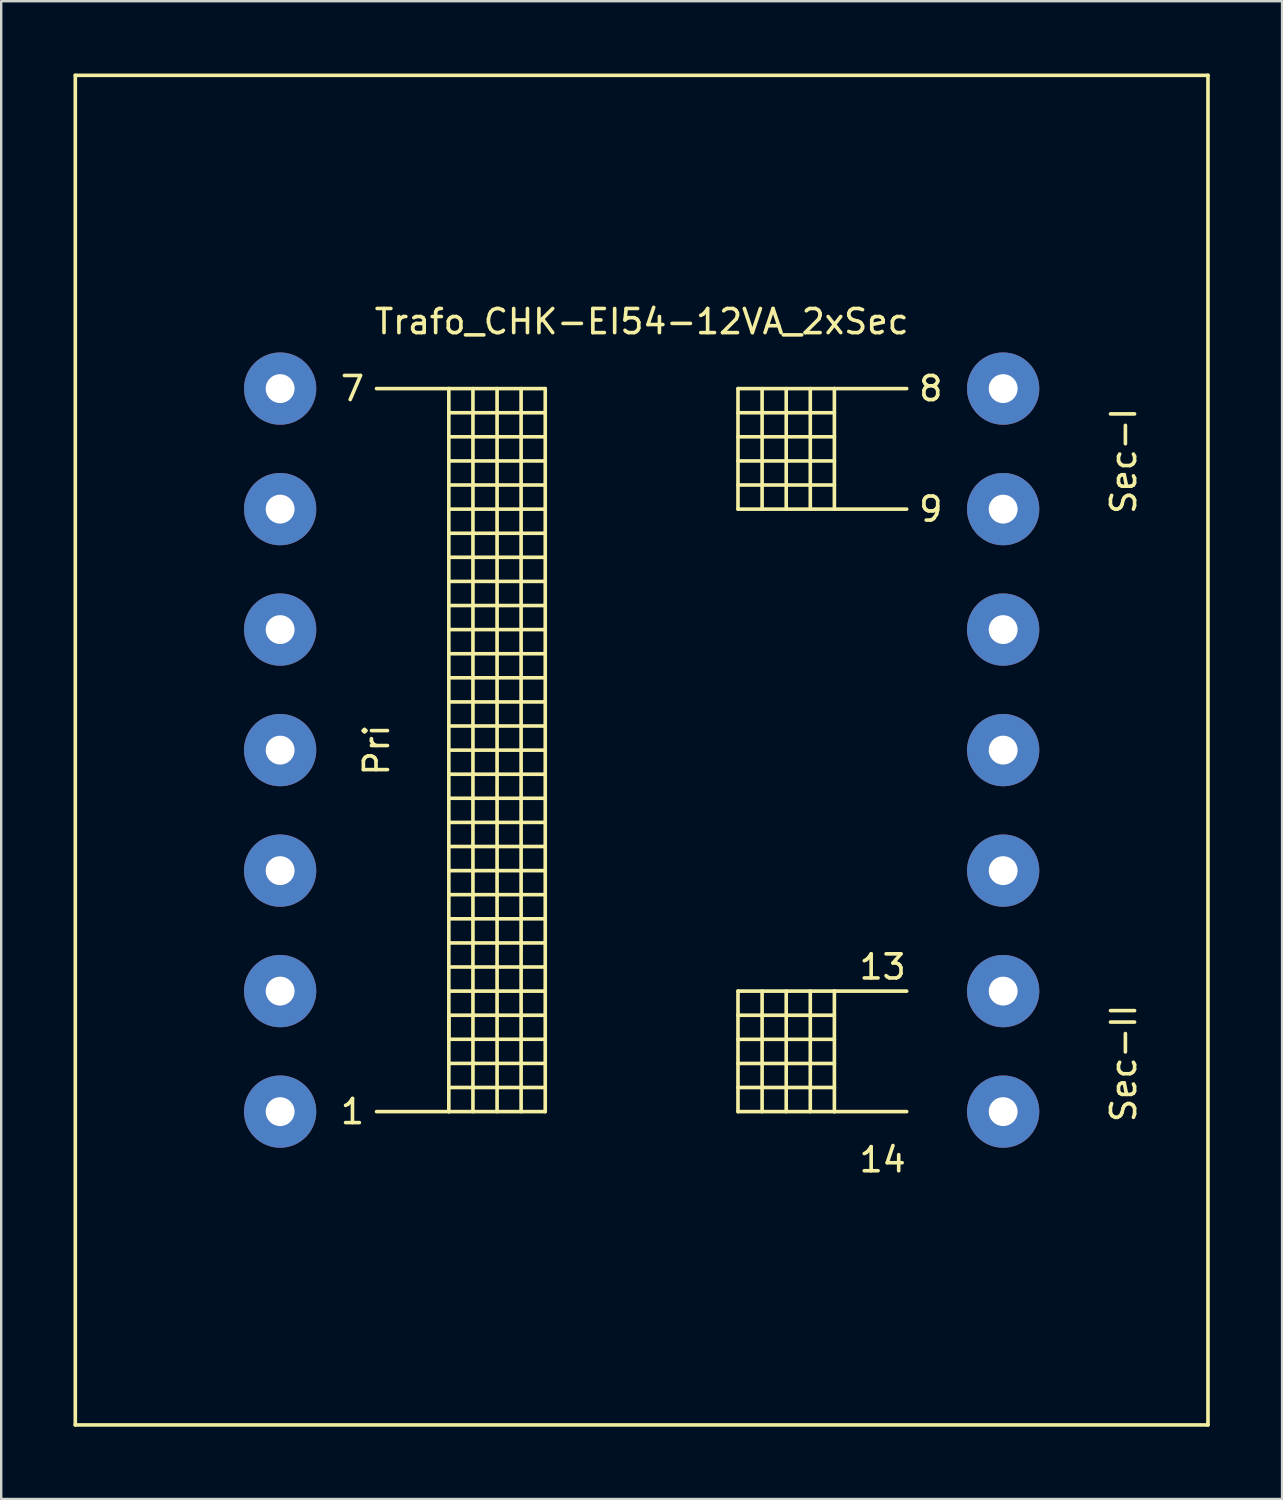
<source format=kicad_pcb>
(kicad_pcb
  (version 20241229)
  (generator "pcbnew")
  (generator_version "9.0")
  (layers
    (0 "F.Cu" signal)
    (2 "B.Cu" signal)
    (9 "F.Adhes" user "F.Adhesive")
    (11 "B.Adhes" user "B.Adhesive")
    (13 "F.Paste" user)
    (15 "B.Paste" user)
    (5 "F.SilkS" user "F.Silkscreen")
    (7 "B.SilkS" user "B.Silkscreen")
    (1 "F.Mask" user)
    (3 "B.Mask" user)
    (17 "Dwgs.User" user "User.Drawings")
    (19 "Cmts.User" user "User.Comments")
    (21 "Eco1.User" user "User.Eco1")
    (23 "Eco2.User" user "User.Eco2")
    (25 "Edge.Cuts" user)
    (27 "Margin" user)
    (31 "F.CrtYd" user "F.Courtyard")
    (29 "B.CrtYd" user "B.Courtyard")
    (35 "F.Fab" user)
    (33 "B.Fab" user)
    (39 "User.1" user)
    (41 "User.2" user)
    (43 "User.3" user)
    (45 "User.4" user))
  (footprint "Trafo_CHK-EI54-12VA_2xSec"
    (layer "F.Cu")
    (at 23.575 28.076)
    (property "Reference" "Trafo_CHK-EI54-12VA_2xSec" (at 0 -17.78 0) (layer "F.SilkS") (effects (font (size 1 1) (thickness 0.15))))
    (attr through_hole)
    (fp_line (start -23.5 -28.001) (end -23.5 28.001) (stroke (width 0.15) (type solid)) (layer "F.SilkS"))
    (fp_line (start -23.5 28.001) (end 23.5 28.001) (stroke (width 0.15) (type solid)) (layer "F.SilkS"))
    (fp_line (start -11.001 -15.001) (end -8.001 -15.001) (stroke (width 0.15) (type solid)) (layer "F.SilkS"))
    (fp_line (start -8.001 -15.001) (end -8.001 15.001) (stroke (width 0.15) (type solid)) (layer "F.SilkS"))
    (fp_line (start -8.001 -15.001) (end -4 -15.001) (stroke (width 0.15) (type solid)) (layer "F.SilkS"))
    (fp_line (start -8.001 -14) (end -4 -14) (stroke (width 0.15) (type solid)) (layer "F.SilkS"))
    (fp_line (start -8.001 -11.999) (end -4 -11.999) (stroke (width 0.15) (type solid)) (layer "F.SilkS"))
    (fp_line (start -8.001 -10) (end -4 -10) (stroke (width 0.15) (type solid)) (layer "F.SilkS"))
    (fp_line (start -8.001 -8.001) (end -4 -8.001) (stroke (width 0.15) (type solid)) (layer "F.SilkS"))
    (fp_line (start -8.001 -5.999) (end -4 -5.999) (stroke (width 0.15) (type solid)) (layer "F.SilkS"))
    (fp_line (start -8.001 -4) (end -4 -4) (stroke (width 0.15) (type solid)) (layer "F.SilkS"))
    (fp_line (start -8.001 -1.999) (end -4 -1.999) (stroke (width 0.15) (type solid)) (layer "F.SilkS"))
    (fp_line (start -8.001 0) (end -4 0) (stroke (width 0.15) (type solid)) (layer "F.SilkS"))
    (fp_line (start -8.001 1.999) (end -4 1.999) (stroke (width 0.15) (type solid)) (layer "F.SilkS"))
    (fp_line (start -8.001 4) (end -4 4) (stroke (width 0.15) (type solid)) (layer "F.SilkS"))
    (fp_line (start -8.001 5.999) (end -4 5.999) (stroke (width 0.15) (type solid)) (layer "F.SilkS"))
    (fp_line (start -8.001 8.001) (end -4 8.001) (stroke (width 0.15) (type solid)) (layer "F.SilkS"))
    (fp_line (start -8.001 10) (end -4 10) (stroke (width 0.15) (type solid)) (layer "F.SilkS"))
    (fp_line (start -8.001 11.001) (end -8.001 11.999) (stroke (width 0.15) (type solid)) (layer "F.SilkS"))
    (fp_line (start -8.001 11.999) (end -4 11.999) (stroke (width 0.15) (type solid)) (layer "F.SilkS"))
    (fp_line (start -8.001 14) (end -4 14) (stroke (width 0.15) (type solid)) (layer "F.SilkS"))
    (fp_line (start -8.001 15.001) (end -11.001 15.001) (stroke (width 0.15) (type solid)) (layer "F.SilkS"))
    (fp_line (start -7 -15.001) (end -7 15.001) (stroke (width 0.15) (type solid)) (layer "F.SilkS"))
    (fp_line (start -5.999 -15.001) (end -5.999 15.001) (stroke (width 0.15) (type solid)) (layer "F.SilkS"))
    (fp_line (start -5.001 3) (end -8.001 3) (stroke (width 0.15) (type solid)) (layer "F.SilkS"))
    (fp_line (start -5.001 3) (end -4 3) (stroke (width 0.15) (type solid)) (layer "F.SilkS"))
    (fp_line (start -5.001 15.001) (end -5.001 -15.001) (stroke (width 0.15) (type solid)) (layer "F.SilkS"))
    (fp_line (start -4 -15.001) (end -4 15.001) (stroke (width 0.15) (type solid)) (layer "F.SilkS"))
    (fp_line (start -4 -13) (end -8.001 -13) (stroke (width 0.15) (type solid)) (layer "F.SilkS"))
    (fp_line (start -4 -11.001) (end -8.001 -11.001) (stroke (width 0.15) (type solid)) (layer "F.SilkS"))
    (fp_line (start -4 -8.999) (end -8.001 -8.999) (stroke (width 0.15) (type solid)) (layer "F.SilkS"))
    (fp_line (start -4 -7) (end -8.001 -7) (stroke (width 0.15) (type solid)) (layer "F.SilkS"))
    (fp_line (start -4 -5.001) (end -8.001 -5.001) (stroke (width 0.15) (type solid)) (layer "F.SilkS"))
    (fp_line (start -4 -3) (end -8.001 -3) (stroke (width 0.15) (type solid)) (layer "F.SilkS"))
    (fp_line (start -4 -1.001) (end -8.001 -1.001) (stroke (width 0.15) (type solid)) (layer "F.SilkS"))
    (fp_line (start -4 1.001) (end -8.001 1.001) (stroke (width 0.15) (type solid)) (layer "F.SilkS"))
    (fp_line (start -4 5.001) (end -8.001 5.001) (stroke (width 0.15) (type solid)) (layer "F.SilkS"))
    (fp_line (start -4 7) (end -8.001 7) (stroke (width 0.15) (type solid)) (layer "F.SilkS"))
    (fp_line (start -4 8.999) (end -8.001 8.999) (stroke (width 0.15) (type solid)) (layer "F.SilkS"))
    (fp_line (start -4 11.001) (end -8.001 11.001) (stroke (width 0.15) (type solid)) (layer "F.SilkS"))
    (fp_line (start -4 13) (end -8.001 13) (stroke (width 0.15) (type solid)) (layer "F.SilkS"))
    (fp_line (start -4 15.001) (end -8.001 15.001) (stroke (width 0.15) (type solid)) (layer "F.SilkS"))
    (fp_line (start 3.998 -15.001) (end 3.998 -10) (stroke (width 0.15) (type solid)) (layer "F.SilkS"))
    (fp_line (start 3.998 -14) (end 7.998 -14) (stroke (width 0.15) (type solid)) (layer "F.SilkS"))
    (fp_line (start 3.998 -11.999) (end 7.998 -11.999) (stroke (width 0.15) (type solid)) (layer "F.SilkS"))
    (fp_line (start 3.998 -10) (end 7.998 -10) (stroke (width 0.15) (type solid)) (layer "F.SilkS"))
    (fp_line (start 3.998 10) (end 3.998 15.001) (stroke (width 0.15) (type solid)) (layer "F.SilkS"))
    (fp_line (start 3.998 11.001) (end 7.998 11.001) (stroke (width 0.15) (type solid)) (layer "F.SilkS"))
    (fp_line (start 3.998 13.002) (end 7.998 13.002) (stroke (width 0.15) (type solid)) (layer "F.SilkS"))
    (fp_line (start 3.998 15.001) (end 7.998 15.001) (stroke (width 0.15) (type solid)) (layer "F.SilkS"))
    (fp_line (start 4.999 -15.001) (end 4.999 -10) (stroke (width 0.15) (type solid)) (layer "F.SilkS"))
    (fp_line (start 4.999 10) (end 4.999 15.001) (stroke (width 0.15) (type solid)) (layer "F.SilkS"))
    (fp_line (start 5.999 -15.001) (end 5.999 -10) (stroke (width 0.15) (type solid)) (layer "F.SilkS"))
    (fp_line (start 5.999 10) (end 5.999 15.001) (stroke (width 0.15) (type solid)) (layer "F.SilkS"))
    (fp_line (start 6.998 -15.001) (end 6.998 -10) (stroke (width 0.15) (type solid)) (layer "F.SilkS"))
    (fp_line (start 6.998 10) (end 6.998 15.001) (stroke (width 0.15) (type solid)) (layer "F.SilkS"))
    (fp_line (start 7.998 -15.001) (end 3.998 -15.001) (stroke (width 0.15) (type solid)) (layer "F.SilkS"))
    (fp_line (start 7.998 -15.001) (end 7.998 -10) (stroke (width 0.15) (type solid)) (layer "F.SilkS"))
    (fp_line (start 7.998 -13) (end 3.998 -13) (stroke (width 0.15) (type solid)) (layer "F.SilkS"))
    (fp_line (start 7.998 -11.001) (end 3.998 -11.001) (stroke (width 0.15) (type solid)) (layer "F.SilkS"))
    (fp_line (start 7.998 -10) (end 10.998 -10) (stroke (width 0.15) (type solid)) (layer "F.SilkS"))
    (fp_line (start 7.998 10) (end 3.998 10) (stroke (width 0.15) (type solid)) (layer "F.SilkS"))
    (fp_line (start 7.998 10) (end 7.998 15.001) (stroke (width 0.15) (type solid)) (layer "F.SilkS"))
    (fp_line (start 7.998 12.002) (end 3.998 12.002) (stroke (width 0.15) (type solid)) (layer "F.SilkS"))
    (fp_line (start 7.998 14) (end 3.998 14) (stroke (width 0.15) (type solid)) (layer "F.SilkS"))
    (fp_line (start 7.998 15.001) (end 10.998 15.001) (stroke (width 0.15) (type solid)) (layer "F.SilkS"))
    (fp_line (start 10.998 -15.001) (end 7.998 -15.001) (stroke (width 0.15) (type solid)) (layer "F.SilkS"))
    (fp_line (start 10.998 10) (end 7.998 10) (stroke (width 0.15) (type solid)) (layer "F.SilkS"))
    (fp_line (start 23.5 -28.001) (end -23.5 -28.001) (stroke (width 0.15) (type solid)) (layer "F.SilkS"))
    (fp_line (start 23.5 28.001) (end 23.5 -28.001) (stroke (width 0.15) (type solid)) (layer "F.SilkS"))
    (fp_text user "9" (at 11.999 -10 0) (layer "F.SilkS") (effects (font (size 1 1) (thickness 0.15))))
    (fp_text user "1" (at -11.999 15.001 0) (layer "F.SilkS") (effects (font (size 1 1) (thickness 0.15))))
    (fp_text user "Pri" (at -11.001 0 90) (layer "F.SilkS") (effects (font (size 1 1) (thickness 0.15))))
    (fp_text user "Sec-I" (at 20 -11.999 90) (layer "F.SilkS") (effects (font (size 1 1) (thickness 0.15))))
    (fp_text user "7" (at -11.999 -15.001 0) (layer "F.SilkS") (effects (font (size 1 1) (thickness 0.15))))
    (fp_text user "13" (at 10 8.999 0) (layer "F.SilkS") (effects (font (size 1 1) (thickness 0.15))))
    (fp_text user "14" (at 10 17 0) (layer "F.SilkS") (effects (font (size 1 1) (thickness 0.15))))
    (fp_text user "Sec-II" (at 20 13 90) (layer "F.SilkS") (effects (font (size 1 1) (thickness 0.15))))
    (fp_text user "8" (at 11.999 -15.001 0) (layer "F.SilkS") (effects (font (size 1 1) (thickness 0.15))))
    (pad "1" thru_hole circle (at -15.001 15.001) (size 3 3) (drill 1.199) (layers "*.Cu" "*.Mask"))
    (pad "2" thru_hole circle (at -15.001 10) (size 3 3) (drill 1.199) (layers "*.Cu" "*.Mask"))
    (pad "3" thru_hole circle (at -15.001 5.001) (size 3 3) (drill 1.199) (layers "*.Cu" "*.Mask"))
    (pad "4" thru_hole circle (at -15.001 0) (size 3 3) (drill 1.199) (layers "*.Cu" "*.Mask"))
    (pad "5" thru_hole circle (at -15.001 -5.001) (size 3 3) (drill 1.199) (layers "*.Cu" "*.Mask"))
    (pad "6" thru_hole circle (at -15.001 -10) (size 3 3) (drill 1.199) (layers "*.Cu" "*.Mask"))
    (pad "7" thru_hole circle (at -15.001 -15.001) (size 3 3) (drill 1.199) (layers "*.Cu" "*.Mask"))
    (pad "8" thru_hole circle (at 15.001 -15.001) (size 3 3) (drill 1.199) (layers "*.Cu" "*.Mask"))
    (pad "9" thru_hole circle (at 15.001 -10) (size 3 3) (drill 1.199) (layers "*.Cu" "*.Mask"))
    (pad "10" thru_hole circle (at 15.001 -5.001) (size 3 3) (drill 1.199) (layers "*.Cu" "*.Mask"))
    (pad "11" thru_hole circle (at 15.001 0) (size 3 3) (drill 1.199) (layers "*.Cu" "*.Mask"))
    (pad "12" thru_hole circle (at 15.001 5.001) (size 3 3) (drill 1.199) (layers "*.Cu" "*.Mask"))
    (pad "13" thru_hole circle (at 15.001 10) (size 3 3) (drill 1.199) (layers "*.Cu" "*.Mask"))
    (pad "14" thru_hole circle (at 15.001 15.001) (size 3 3) (drill 1.199) (layers "*.Cu" "*.Mask")))
  (gr_rect
    (start -3 -3)
    (end 50.15 59.152)
    (stroke (width 0.1) (type default))
    (fill no)
    (layer "Edge.Cuts")))
</source>
